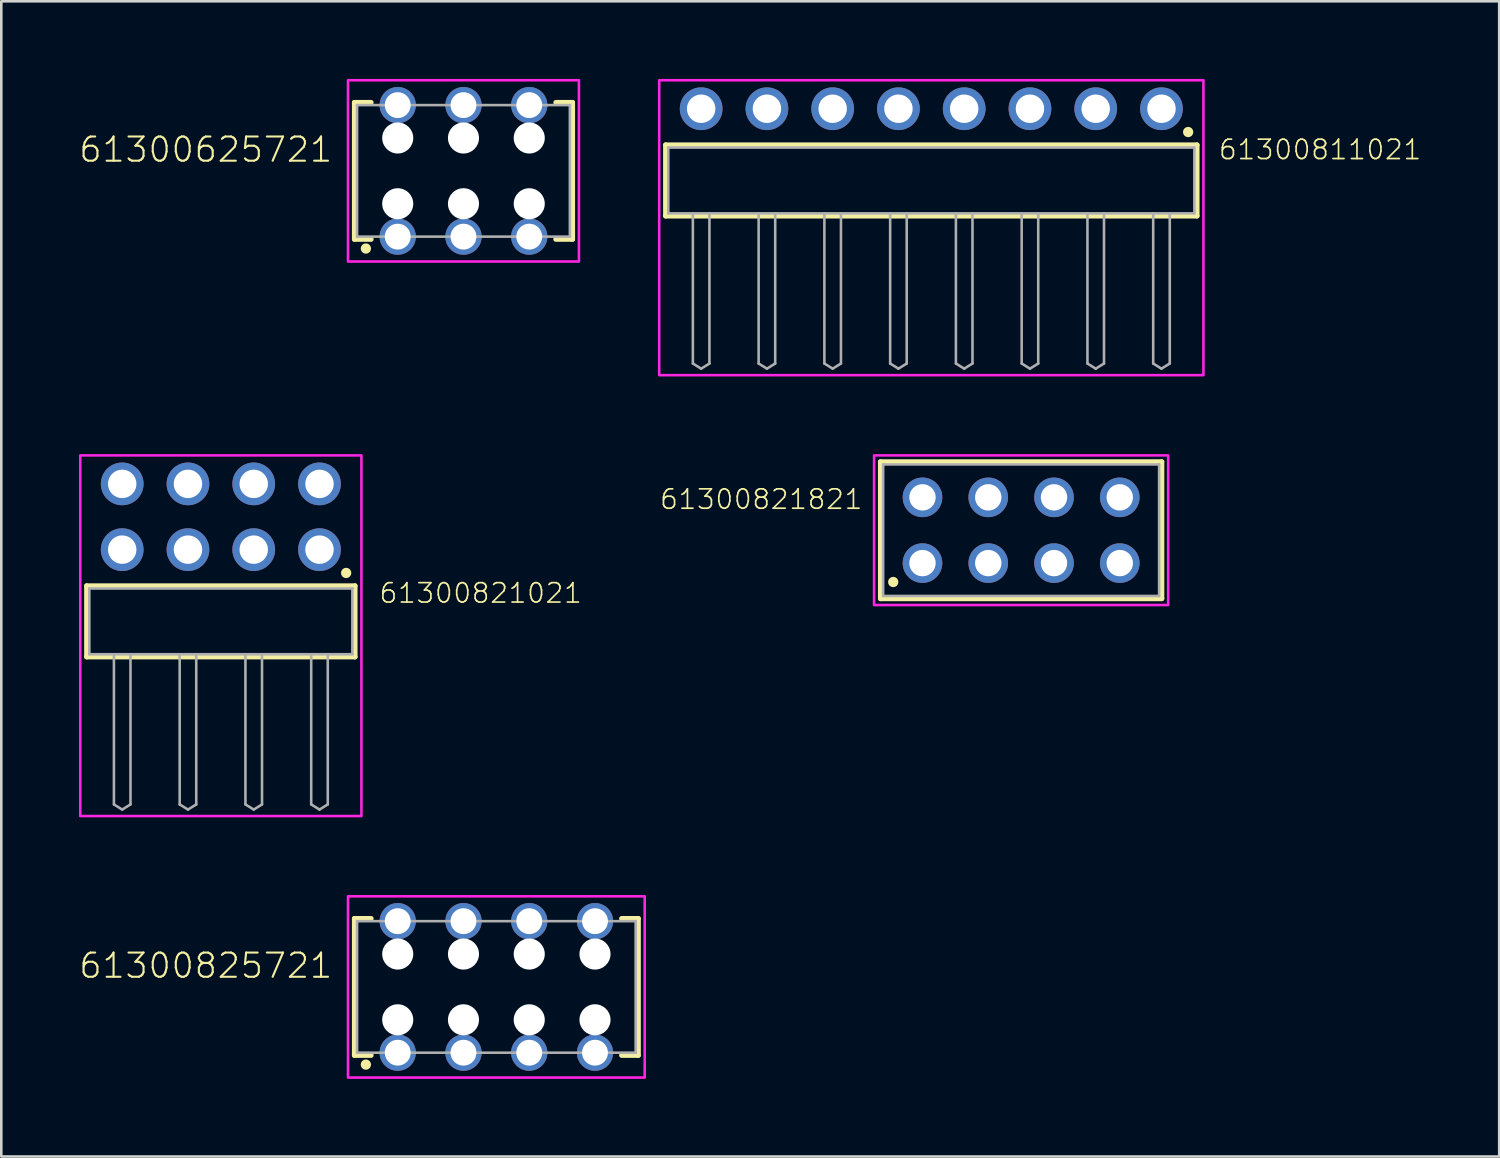
<source format=kicad_pcb>
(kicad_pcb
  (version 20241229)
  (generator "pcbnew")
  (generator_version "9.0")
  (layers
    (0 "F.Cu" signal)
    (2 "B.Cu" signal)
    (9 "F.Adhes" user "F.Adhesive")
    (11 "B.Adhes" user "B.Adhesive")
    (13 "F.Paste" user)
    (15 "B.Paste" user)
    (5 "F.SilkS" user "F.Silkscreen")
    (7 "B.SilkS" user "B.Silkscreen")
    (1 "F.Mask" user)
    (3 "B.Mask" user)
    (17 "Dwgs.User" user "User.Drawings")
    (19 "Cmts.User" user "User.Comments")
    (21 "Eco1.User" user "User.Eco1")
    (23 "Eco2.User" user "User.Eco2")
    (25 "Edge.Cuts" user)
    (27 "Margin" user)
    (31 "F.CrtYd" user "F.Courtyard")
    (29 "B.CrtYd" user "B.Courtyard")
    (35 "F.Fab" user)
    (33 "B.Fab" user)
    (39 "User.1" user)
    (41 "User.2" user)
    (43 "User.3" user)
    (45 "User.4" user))
  (footprint "61300625721"
    (layer "F.Cu")
    (at 14.852 3.55)
    (property "Reference" "61300625721" (at -5.003 -0.274 0) (unlocked yes) (layer "F.SilkS") (effects (font (size 0.935 0.935) (thickness 0.081)) (justify right bottom)))
    (fp_line (start -4.21 -2.64) (end -4.21 2.64) (stroke (width 0.2) (type solid)) (layer "F.SilkS"))
    (fp_line (start -4.21 2.64) (end -3.57 2.64) (stroke (width 0.2) (type solid)) (layer "F.SilkS"))
    (fp_line (start -3.57 -2.64) (end -4.21 -2.64) (stroke (width 0.2) (type solid)) (layer "F.SilkS"))
    (fp_line (start 3.57 2.64) (end 4.21 2.64) (stroke (width 0.2) (type solid)) (layer "F.SilkS"))
    (fp_line (start 4.21 -2.64) (end 3.57 -2.64) (stroke (width 0.2) (type solid)) (layer "F.SilkS"))
    (fp_line (start 4.21 2.64) (end 4.21 -2.64) (stroke (width 0.2) (type solid)) (layer "F.SilkS"))
    (fp_circle (center -3.77 3) (end -3.67 3) (stroke (width 0.2) (type solid)) (fill no) (layer "F.SilkS"))
    (fp_poly (pts (xy 4.46 3.5) (xy -4.46 3.5) (xy -4.46 -3.5) (xy 4.46 -3.5)) (stroke (width 0.1) (type default)) (fill no) (layer "F.CrtYd"))
    (fp_line (start -4.11 -2.54) (end 4.11 -2.54) (stroke (width 0.1) (type solid)) (layer "F.Fab"))
    (fp_line (start -4.11 2.54) (end -4.11 -2.54) (stroke (width 0.1) (type solid)) (layer "F.Fab"))
    (fp_line (start 4.11 -2.54) (end 4.11 2.54) (stroke (width 0.1) (type solid)) (layer "F.Fab"))
    (fp_line (start 4.11 2.54) (end -4.11 2.54) (stroke (width 0.1) (type solid)) (layer "F.Fab"))
    (pad "" np_thru_hole circle (at -2.54 -1.27) (size 1.2 1.2) (drill 1.2) (layers "*.Cu" "*.Mask"))
    (pad "" np_thru_hole circle (at -2.54 1.27) (size 1.2 1.2) (drill 1.2) (layers "*.Cu" "*.Mask"))
    (pad "" np_thru_hole circle (at 0 -1.27) (size 1.2 1.2) (drill 1.2) (layers "*.Cu" "*.Mask"))
    (pad "" np_thru_hole circle (at 0 1.27) (size 1.2 1.2) (drill 1.2) (layers "*.Cu" "*.Mask"))
    (pad "" np_thru_hole circle (at 2.54 -1.27) (size 1.2 1.2) (drill 1.2) (layers "*.Cu" "*.Mask"))
    (pad "" np_thru_hole circle (at 2.54 1.27) (size 1.2 1.2) (drill 1.2) (layers "*.Cu" "*.Mask"))
    (pad "1" thru_hole circle (at -2.54 2.54) (size 1.4 1.4) (drill 1) (layers "*.Cu" "*.Mask"))
    (pad "2" thru_hole circle (at -2.54 -2.54) (size 1.4 1.4) (drill 1) (layers "*.Cu" "*.Mask"))
    (pad "3" thru_hole circle (at 0 2.54) (size 1.4 1.4) (drill 1) (layers "*.Cu" "*.Mask"))
    (pad "4" thru_hole circle (at 0 -2.54) (size 1.4 1.4) (drill 1) (layers "*.Cu" "*.Mask"))
    (pad "5" thru_hole circle (at 2.54 2.54) (size 1.4 1.4) (drill 1) (layers "*.Cu" "*.Mask"))
    (pad "6" thru_hole circle (at 2.54 -2.54) (size 1.4 1.4) (drill 1) (layers "*.Cu" "*.Mask")))
  (footprint "61300825721"
    (layer "F.Cu")
    (at 16.122 35.07)
    (property "Reference" "61300825721" (at -6.273 -0.274 0) (unlocked yes) (layer "F.SilkS") (effects (font (size 0.935 0.935) (thickness 0.081)) (justify right bottom)))
    (fp_line (start -5.48 -2.64) (end -5.48 2.64) (stroke (width 0.2) (type solid)) (layer "F.SilkS"))
    (fp_line (start -5.48 2.64) (end -4.84 2.64) (stroke (width 0.2) (type solid)) (layer "F.SilkS"))
    (fp_line (start -4.84 -2.64) (end -5.48 -2.64) (stroke (width 0.2) (type solid)) (layer "F.SilkS"))
    (fp_line (start 4.84 2.64) (end 5.48 2.64) (stroke (width 0.2) (type solid)) (layer "F.SilkS"))
    (fp_line (start 5.48 -2.64) (end 4.84 -2.64) (stroke (width 0.2) (type solid)) (layer "F.SilkS"))
    (fp_line (start 5.48 2.64) (end 5.48 -2.64) (stroke (width 0.2) (type solid)) (layer "F.SilkS"))
    (fp_circle (center -5.04 3) (end -4.94 3) (stroke (width 0.2) (type solid)) (fill no) (layer "F.SilkS"))
    (fp_poly (pts (xy 5.73 3.5) (xy -5.73 3.5) (xy -5.73 -3.5) (xy 5.73 -3.5)) (stroke (width 0.1) (type default)) (fill no) (layer "F.CrtYd"))
    (fp_line (start -5.38 -2.54) (end 5.38 -2.54) (stroke (width 0.1) (type solid)) (layer "F.Fab"))
    (fp_line (start -5.38 2.54) (end -5.38 -2.54) (stroke (width 0.1) (type solid)) (layer "F.Fab"))
    (fp_line (start 5.38 -2.54) (end 5.38 2.54) (stroke (width 0.1) (type solid)) (layer "F.Fab"))
    (fp_line (start 5.38 2.54) (end -5.38 2.54) (stroke (width 0.1) (type solid)) (layer "F.Fab"))
    (pad "" np_thru_hole circle (at -3.81 -1.27) (size 1.2 1.2) (drill 1.2) (layers "*.Cu" "*.Mask"))
    (pad "" np_thru_hole circle (at -3.81 1.27) (size 1.2 1.2) (drill 1.2) (layers "*.Cu" "*.Mask"))
    (pad "" np_thru_hole circle (at -1.27 -1.27) (size 1.2 1.2) (drill 1.2) (layers "*.Cu" "*.Mask"))
    (pad "" np_thru_hole circle (at -1.27 1.27) (size 1.2 1.2) (drill 1.2) (layers "*.Cu" "*.Mask"))
    (pad "" np_thru_hole circle (at 1.27 -1.27) (size 1.2 1.2) (drill 1.2) (layers "*.Cu" "*.Mask"))
    (pad "" np_thru_hole circle (at 1.27 1.27) (size 1.2 1.2) (drill 1.2) (layers "*.Cu" "*.Mask"))
    (pad "" np_thru_hole circle (at 3.81 -1.27) (size 1.2 1.2) (drill 1.2) (layers "*.Cu" "*.Mask"))
    (pad "" np_thru_hole circle (at 3.81 1.27) (size 1.2 1.2) (drill 1.2) (layers "*.Cu" "*.Mask"))
    (pad "1" thru_hole circle (at -3.81 2.54) (size 1.4 1.4) (drill 1) (layers "*.Cu" "*.Mask"))
    (pad "2" thru_hole circle (at -3.81 -2.54) (size 1.4 1.4) (drill 1) (layers "*.Cu" "*.Mask"))
    (pad "3" thru_hole circle (at -1.27 2.54) (size 1.4 1.4) (drill 1) (layers "*.Cu" "*.Mask"))
    (pad "4" thru_hole circle (at -1.27 -2.54) (size 1.4 1.4) (drill 1) (layers "*.Cu" "*.Mask"))
    (pad "5" thru_hole circle (at 1.27 2.54) (size 1.4 1.4) (drill 1) (layers "*.Cu" "*.Mask"))
    (pad "6" thru_hole circle (at 1.27 -2.54) (size 1.4 1.4) (drill 1) (layers "*.Cu" "*.Mask"))
    (pad "7" thru_hole circle (at 3.81 2.54) (size 1.4 1.4) (drill 1) (layers "*.Cu" "*.Mask"))
    (pad "8" thru_hole circle (at 3.81 -2.54) (size 1.4 1.4) (drill 1) (layers "*.Cu" "*.Mask")))
  (footprint "61300811021"
    (layer "F.Cu")
    (at 32.922 3.92)
    (property "Reference" "61300811021" (at 11.055 -0.752 0) (unlocked yes) (layer "F.SilkS") (effects (font (size 0.748 0.748) (thickness 0.065)) (justify left bottom)))
    (fp_line (start -10.26 -1.37) (end 10.26 -1.37) (stroke (width 0.2) (type solid)) (layer "F.SilkS"))
    (fp_line (start -10.26 1.37) (end -10.26 -1.37) (stroke (width 0.2) (type solid)) (layer "F.SilkS"))
    (fp_line (start 10.26 -1.37) (end 10.26 1.37) (stroke (width 0.2) (type solid)) (layer "F.SilkS"))
    (fp_line (start 10.26 1.37) (end -10.26 1.37) (stroke (width 0.2) (type solid)) (layer "F.SilkS"))
    (fp_circle (center 9.92 -1.87) (end 10.02 -1.87) (stroke (width 0.2) (type solid)) (fill no) (layer "F.SilkS"))
    (fp_poly (pts (xy 10.51 7.52) (xy -10.51 7.52) (xy -10.51 -3.87) (xy 10.51 -3.87)) (stroke (width 0.1) (type default)) (fill no) (layer "F.CrtYd"))
    (fp_line (start -10.16 -1.27) (end 10.16 -1.27) (stroke (width 0.1) (type solid)) (layer "F.Fab"))
    (fp_line (start -10.16 1.27) (end -10.16 -1.27) (stroke (width 0.1) (type solid)) (layer "F.Fab"))
    (fp_line (start -9.21 1.27) (end -9.21 7.07) (stroke (width 0.1) (type solid)) (layer "F.Fab"))
    (fp_line (start -9.21 7.07) (end -8.89 7.27) (stroke (width 0.1) (type solid)) (layer "F.Fab"))
    (fp_line (start -8.89 7.27) (end -8.57 7.07) (stroke (width 0.1) (type solid)) (layer "F.Fab"))
    (fp_line (start -8.57 1.27) (end -8.57 7.07) (stroke (width 0.1) (type solid)) (layer "F.Fab"))
    (fp_line (start -6.67 1.27) (end -6.67 7.07) (stroke (width 0.1) (type solid)) (layer "F.Fab"))
    (fp_line (start -6.67 7.07) (end -6.35 7.27) (stroke (width 0.1) (type solid)) (layer "F.Fab"))
    (fp_line (start -6.35 7.27) (end -6.03 7.07) (stroke (width 0.1) (type solid)) (layer "F.Fab"))
    (fp_line (start -6.03 1.27) (end -6.03 7.07) (stroke (width 0.1) (type solid)) (layer "F.Fab"))
    (fp_line (start -4.13 1.27) (end -4.13 7.07) (stroke (width 0.1) (type solid)) (layer "F.Fab"))
    (fp_line (start -4.13 7.07) (end -3.81 7.27) (stroke (width 0.1) (type solid)) (layer "F.Fab"))
    (fp_line (start -3.81 7.27) (end -3.49 7.07) (stroke (width 0.1) (type solid)) (layer "F.Fab"))
    (fp_line (start -3.49 1.27) (end -3.49 7.07) (stroke (width 0.1) (type solid)) (layer "F.Fab"))
    (fp_line (start -1.59 1.27) (end -1.59 7.07) (stroke (width 0.1) (type solid)) (layer "F.Fab"))
    (fp_line (start -1.59 7.07) (end -1.27 7.27) (stroke (width 0.1) (type solid)) (layer "F.Fab"))
    (fp_line (start -1.27 7.27) (end -0.95 7.07) (stroke (width 0.1) (type solid)) (layer "F.Fab"))
    (fp_line (start -0.95 1.27) (end -0.95 7.07) (stroke (width 0.1) (type solid)) (layer "F.Fab"))
    (fp_line (start 0.95 1.27) (end 0.95 7.07) (stroke (width 0.1) (type solid)) (layer "F.Fab"))
    (fp_line (start 0.95 7.07) (end 1.27 7.27) (stroke (width 0.1) (type solid)) (layer "F.Fab"))
    (fp_line (start 1.27 7.27) (end 1.59 7.07) (stroke (width 0.1) (type solid)) (layer "F.Fab"))
    (fp_line (start 1.59 1.27) (end 1.59 7.07) (stroke (width 0.1) (type solid)) (layer "F.Fab"))
    (fp_line (start 3.49 1.27) (end 3.49 7.07) (stroke (width 0.1) (type solid)) (layer "F.Fab"))
    (fp_line (start 3.49 7.07) (end 3.81 7.27) (stroke (width 0.1) (type solid)) (layer "F.Fab"))
    (fp_line (start 3.81 7.27) (end 4.13 7.07) (stroke (width 0.1) (type solid)) (layer "F.Fab"))
    (fp_line (start 4.13 1.27) (end 4.13 7.07) (stroke (width 0.1) (type solid)) (layer "F.Fab"))
    (fp_line (start 6.03 1.27) (end -10.16 1.27) (stroke (width 0.1) (type solid)) (layer "F.Fab"))
    (fp_line (start 6.03 1.27) (end 6.03 7.07) (stroke (width 0.1) (type solid)) (layer "F.Fab"))
    (fp_line (start 6.03 7.07) (end 6.35 7.27) (stroke (width 0.1) (type solid)) (layer "F.Fab"))
    (fp_line (start 6.35 7.27) (end 6.67 7.07) (stroke (width 0.1) (type solid)) (layer "F.Fab"))
    (fp_line (start 6.67 1.27) (end 6.03 1.27) (stroke (width 0.1) (type solid)) (layer "F.Fab"))
    (fp_line (start 6.67 1.27) (end 6.67 7.07) (stroke (width 0.1) (type solid)) (layer "F.Fab"))
    (fp_line (start 8.57 1.27) (end 8.57 7.07) (stroke (width 0.1) (type solid)) (layer "F.Fab"))
    (fp_line (start 8.57 7.07) (end 8.89 7.27) (stroke (width 0.1) (type solid)) (layer "F.Fab"))
    (fp_line (start 8.89 7.27) (end 9.21 7.07) (stroke (width 0.1) (type solid)) (layer "F.Fab"))
    (fp_line (start 9.21 1.27) (end 9.21 7.07) (stroke (width 0.1) (type solid)) (layer "F.Fab"))
    (fp_line (start 10.16 -1.27) (end 10.16 1.27) (stroke (width 0.1) (type solid)) (layer "F.Fab"))
    (fp_line (start 10.16 1.27) (end 6.67 1.27) (stroke (width 0.1) (type solid)) (layer "F.Fab"))
    (pad "1" thru_hole circle (at 8.89 -2.77 180) (size 1.65 1.65) (drill 1.1) (layers "*.Cu" "*.Mask"))
    (pad "2" thru_hole circle (at 6.35 -2.77 180) (size 1.65 1.65) (drill 1.1) (layers "*.Cu" "*.Mask"))
    (pad "3" thru_hole circle (at 3.81 -2.77 180) (size 1.65 1.65) (drill 1.1) (layers "*.Cu" "*.Mask"))
    (pad "4" thru_hole circle (at 1.27 -2.77 180) (size 1.65 1.65) (drill 1.1) (layers "*.Cu" "*.Mask"))
    (pad "5" thru_hole circle (at -1.27 -2.77 180) (size 1.65 1.65) (drill 1.1) (layers "*.Cu" "*.Mask"))
    (pad "6" thru_hole circle (at -3.81 -2.77 180) (size 1.65 1.65) (drill 1.1) (layers "*.Cu" "*.Mask"))
    (pad "7" thru_hole circle (at -6.35 -2.77 180) (size 1.65 1.65) (drill 1.1) (layers "*.Cu" "*.Mask"))
    (pad "8" thru_hole circle (at -8.89 -2.77 180) (size 1.65 1.65) (drill 1.1) (layers "*.Cu" "*.Mask")))
  (footprint "61300821821"
    (layer "F.Cu")
    (at 36.391 17.43)
    (property "Reference" "61300821821" (at -6.078 -0.756 0) (unlocked yes) (layer "F.SilkS") (effects (font (size 0.748 0.748) (thickness 0.065)) (justify right bottom)))
    (fp_line (start -5.43 -2.64) (end 5.43 -2.64) (stroke (width 0.2) (type solid)) (layer "F.SilkS"))
    (fp_line (start -5.43 2.64) (end -5.43 -2.64) (stroke (width 0.2) (type solid)) (layer "F.SilkS"))
    (fp_line (start 5.43 -2.64) (end 5.43 2.64) (stroke (width 0.2) (type solid)) (layer "F.SilkS"))
    (fp_line (start 5.43 2.64) (end -5.43 2.64) (stroke (width 0.2) (type solid)) (layer "F.SilkS"))
    (fp_circle (center -4.94 2) (end -4.84 2) (stroke (width 0.2) (type solid)) (fill no) (layer "F.SilkS"))
    (fp_poly (pts (xy 5.68 2.89) (xy -5.68 2.89) (xy -5.68 -2.89) (xy 5.68 -2.89)) (stroke (width 0.1) (type default)) (fill no) (layer "F.CrtYd"))
    (fp_line (start -5.33 -2.54) (end -5.33 2.54) (stroke (width 0.1) (type solid)) (layer "F.Fab"))
    (fp_line (start -5.33 2.54) (end 5.33 2.54) (stroke (width 0.1) (type solid)) (layer "F.Fab"))
    (fp_line (start 5.33 -2.54) (end -5.33 -2.54) (stroke (width 0.1) (type solid)) (layer "F.Fab"))
    (fp_line (start 5.33 2.54) (end 5.33 -2.54) (stroke (width 0.1) (type solid)) (layer "F.Fab"))
    (pad "1" thru_hole circle (at -3.81 1.27) (size 1.53 1.53) (drill 1.02) (layers "*.Cu" "*.Mask"))
    (pad "2" thru_hole circle (at -3.81 -1.27) (size 1.53 1.53) (drill 1.02) (layers "*.Cu" "*.Mask"))
    (pad "3" thru_hole circle (at -1.27 1.27) (size 1.53 1.53) (drill 1.02) (layers "*.Cu" "*.Mask"))
    (pad "4" thru_hole circle (at -1.27 -1.27) (size 1.53 1.53) (drill 1.02) (layers "*.Cu" "*.Mask"))
    (pad "5" thru_hole circle (at 1.27 1.27) (size 1.53 1.53) (drill 1.02) (layers "*.Cu" "*.Mask"))
    (pad "6" thru_hole circle (at 1.27 -1.27) (size 1.53 1.53) (drill 1.02) (layers "*.Cu" "*.Mask"))
    (pad "7" thru_hole circle (at 3.81 1.27) (size 1.53 1.53) (drill 1.02) (layers "*.Cu" "*.Mask"))
    (pad "8" thru_hole circle (at 3.81 -1.27) (size 1.53 1.53) (drill 1.02) (layers "*.Cu" "*.Mask")))
  (footprint "61300821021"
    (layer "F.Cu")
    (at 5.48 20.95)
    (property "Reference" "61300821021" (at 6.075 -0.652 0) (unlocked yes) (layer "F.SilkS") (effects (font (size 0.748 0.748) (thickness 0.065)) (justify left bottom)))
    (fp_line (start -5.18 -1.37) (end 5.18 -1.37) (stroke (width 0.2) (type solid)) (layer "F.SilkS"))
    (fp_line (start -5.18 1.37) (end -5.18 -1.37) (stroke (width 0.2) (type solid)) (layer "F.SilkS"))
    (fp_line (start 5.18 -1.37) (end 5.18 1.37) (stroke (width 0.2) (type solid)) (layer "F.SilkS"))
    (fp_line (start 5.18 1.37) (end -5.18 1.37) (stroke (width 0.2) (type solid)) (layer "F.SilkS"))
    (fp_circle (center 4.84 -1.87) (end 4.94 -1.87) (stroke (width 0.2) (type solid)) (fill no) (layer "F.SilkS"))
    (fp_poly (pts (xy 5.43 7.52) (xy -5.43 7.52) (xy -5.43 -6.41) (xy 5.43 -6.41)) (stroke (width 0.1) (type default)) (fill no) (layer "F.CrtYd"))
    (fp_line (start -5.08 -1.27) (end 5.08 -1.27) (stroke (width 0.1) (type solid)) (layer "F.Fab"))
    (fp_line (start -5.08 1.27) (end -5.08 -1.27) (stroke (width 0.1) (type solid)) (layer "F.Fab"))
    (fp_line (start -4.13 1.27) (end -4.13 7.07) (stroke (width 0.1) (type solid)) (layer "F.Fab"))
    (fp_line (start -4.13 7.07) (end -3.81 7.27) (stroke (width 0.1) (type solid)) (layer "F.Fab"))
    (fp_line (start -3.81 7.27) (end -3.49 7.07) (stroke (width 0.1) (type solid)) (layer "F.Fab"))
    (fp_line (start -3.49 1.27) (end -3.49 7.07) (stroke (width 0.1) (type solid)) (layer "F.Fab"))
    (fp_line (start -1.59 1.27) (end -1.59 7.07) (stroke (width 0.1) (type solid)) (layer "F.Fab"))
    (fp_line (start -1.59 7.07) (end -1.27 7.27) (stroke (width 0.1) (type solid)) (layer "F.Fab"))
    (fp_line (start -1.27 7.27) (end -0.95 7.07) (stroke (width 0.1) (type solid)) (layer "F.Fab"))
    (fp_line (start -0.95 1.27) (end -0.95 7.07) (stroke (width 0.1) (type solid)) (layer "F.Fab"))
    (fp_line (start 0.95 1.27) (end -5.08 1.27) (stroke (width 0.1) (type solid)) (layer "F.Fab"))
    (fp_line (start 0.95 1.27) (end 0.95 7.07) (stroke (width 0.1) (type solid)) (layer "F.Fab"))
    (fp_line (start 0.95 7.07) (end 1.27 7.27) (stroke (width 0.1) (type solid)) (layer "F.Fab"))
    (fp_line (start 1.27 7.27) (end 1.59 7.07) (stroke (width 0.1) (type solid)) (layer "F.Fab"))
    (fp_line (start 1.59 1.27) (end 0.95 1.27) (stroke (width 0.1) (type solid)) (layer "F.Fab"))
    (fp_line (start 1.59 1.27) (end 1.59 7.07) (stroke (width 0.1) (type solid)) (layer "F.Fab"))
    (fp_line (start 3.49 1.27) (end 3.49 7.07) (stroke (width 0.1) (type solid)) (layer "F.Fab"))
    (fp_line (start 3.49 7.07) (end 3.81 7.27) (stroke (width 0.1) (type solid)) (layer "F.Fab"))
    (fp_line (start 3.81 7.27) (end 4.13 7.07) (stroke (width 0.1) (type solid)) (layer "F.Fab"))
    (fp_line (start 4.13 1.27) (end 4.13 7.07) (stroke (width 0.1) (type solid)) (layer "F.Fab"))
    (fp_line (start 5.08 -1.27) (end 5.08 1.27) (stroke (width 0.1) (type solid)) (layer "F.Fab"))
    (fp_line (start 5.08 1.27) (end 1.59 1.27) (stroke (width 0.1) (type solid)) (layer "F.Fab"))
    (pad "1" thru_hole circle (at 3.81 -2.77) (size 1.65 1.65) (drill 1.1) (layers "*.Cu" "*.Mask"))
    (pad "2" thru_hole circle (at 3.81 -5.31) (size 1.65 1.65) (drill 1.1) (layers "*.Cu" "*.Mask"))
    (pad "3" thru_hole circle (at 1.27 -2.77) (size 1.65 1.65) (drill 1.1) (layers "*.Cu" "*.Mask"))
    (pad "4" thru_hole circle (at 1.27 -5.31) (size 1.65 1.65) (drill 1.1) (layers "*.Cu" "*.Mask"))
    (pad "5" thru_hole circle (at -1.27 -2.77) (size 1.65 1.65) (drill 1.1) (layers "*.Cu" "*.Mask"))
    (pad "6" thru_hole circle (at -1.27 -5.31) (size 1.65 1.65) (drill 1.1) (layers "*.Cu" "*.Mask"))
    (pad "7" thru_hole circle (at -3.81 -2.77) (size 1.65 1.65) (drill 1.1) (layers "*.Cu" "*.Mask"))
    (pad "8" thru_hole circle (at -3.81 -5.31) (size 1.65 1.65) (drill 1.1) (layers "*.Cu" "*.Mask")))
  (gr_rect
    (start -3 -3)
    (end 54.856 41.62)
    (stroke (width 0.1) (type default))
    (fill no)
    (layer "Edge.Cuts")))
</source>
